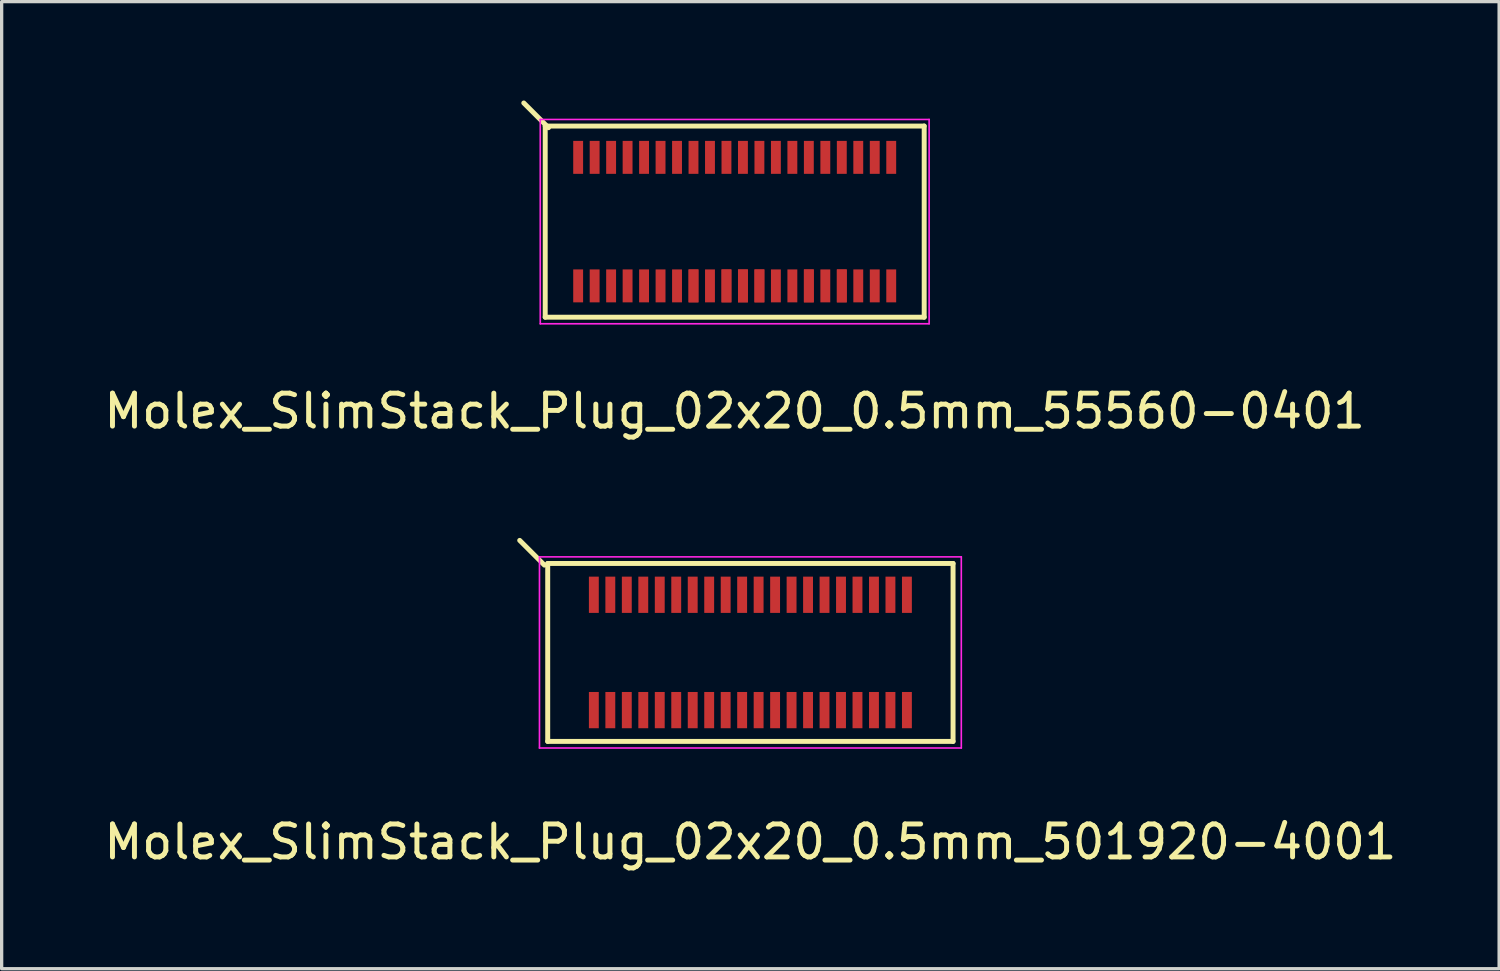
<source format=kicad_pcb>
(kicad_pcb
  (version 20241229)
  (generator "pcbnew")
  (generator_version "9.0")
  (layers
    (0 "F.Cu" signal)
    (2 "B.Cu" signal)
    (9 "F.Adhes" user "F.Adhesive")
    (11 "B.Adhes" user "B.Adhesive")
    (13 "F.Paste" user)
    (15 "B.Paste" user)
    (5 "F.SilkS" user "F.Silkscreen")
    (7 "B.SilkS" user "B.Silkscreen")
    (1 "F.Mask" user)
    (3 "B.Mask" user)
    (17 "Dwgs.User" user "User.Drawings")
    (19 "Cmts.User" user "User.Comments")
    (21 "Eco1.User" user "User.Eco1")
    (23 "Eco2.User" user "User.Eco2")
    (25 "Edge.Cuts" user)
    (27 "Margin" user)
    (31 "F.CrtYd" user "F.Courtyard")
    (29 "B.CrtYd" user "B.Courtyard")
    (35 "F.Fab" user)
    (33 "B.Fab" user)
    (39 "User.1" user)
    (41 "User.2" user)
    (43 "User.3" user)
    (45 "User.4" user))
  (footprint "Molex_SlimStack_Plug_02x20_0.5mm_501920-4001"
    (layer "F.Cu")
    (at 19.72 16.748)
    (property "Reference" "Molex_SlimStack_Plug_02x20_0.5mm_501920-4001" (at 0 5.75 0) (layer "F.SilkS") (effects (font (size 1 1) (thickness 0.15))))
    (attr smd)
    (fp_line (start -6.25 -2.65) (end -7 -3.4) (stroke (width 0.15) (type solid)) (layer "F.SilkS"))
    (fp_line (start -6.15 -2.7) (end -6.15 2.7) (stroke (width 0.15) (type solid)) (layer "F.SilkS"))
    (fp_line (start -6.15 2.7) (end 6.15 2.7) (stroke (width 0.15) (type solid)) (layer "F.SilkS"))
    (fp_line (start 6.15 -2.7) (end -6.15 -2.7) (stroke (width 0.15) (type solid)) (layer "F.SilkS"))
    (fp_line (start 6.15 2.7) (end 6.15 -2.7) (stroke (width 0.15) (type solid)) (layer "F.SilkS"))
    (fp_line (start -6.4 -2.9) (end -6.4 2.9) (stroke (width 0.05) (type solid)) (layer "F.CrtYd"))
    (fp_line (start -6.4 2.9) (end 6.4 2.9) (stroke (width 0.05) (type solid)) (layer "F.CrtYd"))
    (fp_line (start 6.4 -2.9) (end -6.4 -2.9) (stroke (width 0.05) (type solid)) (layer "F.CrtYd"))
    (fp_line (start 6.4 2.9) (end 6.4 -2.9) (stroke (width 0.05) (type solid)) (layer "F.CrtYd"))
    (pad "1" smd rect (at -4.75 -1.75) (size 0.3 1.1) (layers "F.Cu" "F.Mask" "F.Paste"))
    (pad "2" smd rect (at -4.75 1.75) (size 0.3 1.1) (layers "F.Cu" "F.Mask" "F.Paste"))
    (pad "3" smd rect (at -4.25 -1.75) (size 0.3 1.1) (layers "F.Cu" "F.Mask" "F.Paste"))
    (pad "4" smd rect (at -4.25 1.75) (size 0.3 1.1) (layers "F.Cu" "F.Mask" "F.Paste"))
    (pad "5" smd rect (at -3.75 -1.75) (size 0.3 1.1) (layers "F.Cu" "F.Mask" "F.Paste"))
    (pad "6" smd rect (at -3.75 1.75) (size 0.3 1.1) (layers "F.Cu" "F.Mask" "F.Paste"))
    (pad "7" smd rect (at -3.25 -1.75) (size 0.3 1.1) (layers "F.Cu" "F.Mask" "F.Paste"))
    (pad "8" smd rect (at -3.25 1.75) (size 0.3 1.1) (layers "F.Cu" "F.Mask" "F.Paste"))
    (pad "9" smd rect (at -2.75 -1.75) (size 0.3 1.1) (layers "F.Cu" "F.Mask" "F.Paste"))
    (pad "10" smd rect (at -2.75 1.75) (size 0.3 1.1) (layers "F.Cu" "F.Mask" "F.Paste"))
    (pad "11" smd rect (at -2.25 -1.75) (size 0.3 1.1) (layers "F.Cu" "F.Mask" "F.Paste"))
    (pad "12" smd rect (at -2.25 1.75) (size 0.3 1.1) (layers "F.Cu" "F.Mask" "F.Paste"))
    (pad "13" smd rect (at -1.75 -1.75) (size 0.3 1.1) (layers "F.Cu" "F.Mask" "F.Paste"))
    (pad "14" smd rect (at -1.75 1.75) (size 0.3 1.1) (layers "F.Cu" "F.Mask" "F.Paste"))
    (pad "15" smd rect (at -1.25 -1.75) (size 0.3 1.1) (layers "F.Cu" "F.Mask" "F.Paste"))
    (pad "16" smd rect (at -1.25 1.75) (size 0.3 1.1) (layers "F.Cu" "F.Mask" "F.Paste"))
    (pad "17" smd rect (at -0.75 -1.75) (size 0.3 1.1) (layers "F.Cu" "F.Mask" "F.Paste"))
    (pad "18" smd rect (at -0.75 1.75) (size 0.3 1.1) (layers "F.Cu" "F.Mask" "F.Paste"))
    (pad "19" smd rect (at -0.25 -1.75) (size 0.3 1.1) (layers "F.Cu" "F.Mask" "F.Paste"))
    (pad "20" smd rect (at -0.25 1.75) (size 0.3 1.1) (layers "F.Cu" "F.Mask" "F.Paste"))
    (pad "21" smd rect (at 0.25 -1.75) (size 0.3 1.1) (layers "F.Cu" "F.Mask" "F.Paste"))
    (pad "22" smd rect (at 0.25 1.75) (size 0.3 1.1) (layers "F.Cu" "F.Mask" "F.Paste"))
    (pad "23" smd rect (at 0.75 -1.75) (size 0.3 1.1) (layers "F.Cu" "F.Mask" "F.Paste"))
    (pad "24" smd rect (at 0.75 1.75) (size 0.3 1.1) (layers "F.Cu" "F.Mask" "F.Paste"))
    (pad "25" smd rect (at 1.25 -1.75) (size 0.3 1.1) (layers "F.Cu" "F.Mask" "F.Paste"))
    (pad "26" smd rect (at 1.25 1.75) (size 0.3 1.1) (layers "F.Cu" "F.Mask" "F.Paste"))
    (pad "27" smd rect (at 1.75 -1.75) (size 0.3 1.1) (layers "F.Cu" "F.Mask" "F.Paste"))
    (pad "28" smd rect (at 1.75 1.75) (size 0.3 1.1) (layers "F.Cu" "F.Mask" "F.Paste"))
    (pad "29" smd rect (at 2.25 -1.75) (size 0.3 1.1) (layers "F.Cu" "F.Mask" "F.Paste"))
    (pad "30" smd rect (at 2.25 1.75) (size 0.3 1.1) (layers "F.Cu" "F.Mask" "F.Paste"))
    (pad "31" smd rect (at 2.75 -1.75) (size 0.3 1.1) (layers "F.Cu" "F.Mask" "F.Paste"))
    (pad "32" smd rect (at 2.75 1.75) (size 0.3 1.1) (layers "F.Cu" "F.Mask" "F.Paste"))
    (pad "33" smd rect (at 3.25 -1.75) (size 0.3 1.1) (layers "F.Cu" "F.Mask" "F.Paste"))
    (pad "34" smd rect (at 3.25 1.75) (size 0.3 1.1) (layers "F.Cu" "F.Mask" "F.Paste"))
    (pad "35" smd rect (at 3.75 -1.75) (size 0.3 1.1) (layers "F.Cu" "F.Mask" "F.Paste"))
    (pad "36" smd rect (at 3.75 1.75) (size 0.3 1.1) (layers "F.Cu" "F.Mask" "F.Paste"))
    (pad "37" smd rect (at 4.25 -1.75) (size 0.3 1.1) (layers "F.Cu" "F.Mask" "F.Paste"))
    (pad "38" smd rect (at 4.25 1.75) (size 0.3 1.1) (layers "F.Cu" "F.Mask" "F.Paste"))
    (pad "39" smd rect (at 4.75 -1.75) (size 0.3 1.1) (layers "F.Cu" "F.Mask" "F.Paste"))
    (pad "40" smd rect (at 4.75 1.75) (size 0.3 1.1) (layers "F.Cu" "F.Mask" "F.Paste")))
  (footprint "Molex_SlimStack_Plug_02x20_0.5mm_55560-0401"
    (layer "F.Cu")
    (at 19.244 3.675)
    (property "Reference" "Molex_SlimStack_Plug_02x20_0.5mm_55560-0401" (at 0 5.75 0) (layer "F.SilkS") (effects (font (size 1 1) (thickness 0.15))))
    (attr smd)
    (fp_line (start -5.75 -2.9) (end -5.75 2.9) (stroke (width 0.15) (type solid)) (layer "F.SilkS"))
    (fp_line (start -5.75 2.9) (end 5.75 2.9) (stroke (width 0.15) (type solid)) (layer "F.SilkS"))
    (fp_line (start -5.65 -2.85) (end -6.4 -3.6) (stroke (width 0.15) (type solid)) (layer "F.SilkS"))
    (fp_line (start 5.75 -2.9) (end -5.75 -2.9) (stroke (width 0.15) (type solid)) (layer "F.SilkS"))
    (fp_line (start 5.75 2.9) (end 5.75 -2.9) (stroke (width 0.15) (type solid)) (layer "F.SilkS"))
    (fp_line (start -5.9 -3.1) (end -5.9 3.1) (stroke (width 0.05) (type solid)) (layer "F.CrtYd"))
    (fp_line (start -5.9 3.1) (end 5.9 3.1) (stroke (width 0.05) (type solid)) (layer "F.CrtYd"))
    (fp_line (start 5.9 -3.1) (end -5.9 -3.1) (stroke (width 0.05) (type solid)) (layer "F.CrtYd"))
    (fp_line (start 5.9 3.1) (end 5.9 -3.1) (stroke (width 0.05) (type solid)) (layer "F.CrtYd"))
    (pad "1" smd rect (at -4.75 -1.95) (size 0.3 1) (layers "F.Cu" "F.Mask" "F.Paste"))
    (pad "2" smd rect (at -4.75 1.95) (size 0.3 1) (layers "F.Cu" "F.Mask" "F.Paste"))
    (pad "3" smd rect (at -4.25 -1.95) (size 0.3 1) (layers "F.Cu" "F.Mask" "F.Paste"))
    (pad "4" smd rect (at -4.25 1.95) (size 0.3 1) (layers "F.Cu" "F.Mask" "F.Paste"))
    (pad "5" smd rect (at -3.75 -1.95) (size 0.3 1) (layers "F.Cu" "F.Mask" "F.Paste"))
    (pad "6" smd rect (at -3.75 1.95) (size 0.3 1) (layers "F.Cu" "F.Mask" "F.Paste"))
    (pad "7" smd rect (at -3.25 -1.95) (size 0.3 1) (layers "F.Cu" "F.Mask" "F.Paste"))
    (pad "8" smd rect (at -3.25 1.95) (size 0.3 1) (layers "F.Cu" "F.Mask" "F.Paste"))
    (pad "9" smd rect (at -2.75 -1.95) (size 0.3 1) (layers "F.Cu" "F.Mask" "F.Paste"))
    (pad "10" smd rect (at -2.75 1.95) (size 0.3 1) (layers "F.Cu" "F.Mask" "F.Paste"))
    (pad "11" smd rect (at -2.25 -1.95) (size 0.3 1) (layers "F.Cu" "F.Mask" "F.Paste"))
    (pad "12" smd rect (at -2.25 1.95) (size 0.3 1) (layers "F.Cu" "F.Mask" "F.Paste"))
    (pad "13" smd rect (at -1.75 -1.95) (size 0.3 1) (layers "F.Cu" "F.Mask" "F.Paste"))
    (pad "14" smd rect (at -1.75 1.95) (size 0.3 1) (layers "F.Cu" "F.Mask" "F.Paste"))
    (pad "15" smd rect (at -1.25 -1.95) (size 0.3 1) (layers "F.Cu" "F.Mask" "F.Paste"))
    (pad "16" smd rect (at -1.25 1.95) (size 0.3 1) (layers "F.Cu" "F.Mask" "F.Paste"))
    (pad "16" smd rect (at -1.25 1.95) (size 0.3 1) (layers "F.Cu" "F.Mask" "F.Paste"))
    (pad "17" smd rect (at -0.75 -1.95) (size 0.3 1) (layers "F.Cu" "F.Mask" "F.Paste"))
    (pad "18" smd rect (at -0.75 1.95) (size 0.3 1) (layers "F.Cu" "F.Mask" "F.Paste"))
    (pad "19" smd rect (at -0.25 -1.95) (size 0.3 1) (layers "F.Cu" "F.Mask" "F.Paste"))
    (pad "20" smd rect (at -0.25 1.95) (size 0.3 1) (layers "F.Cu" "F.Mask" "F.Paste"))
    (pad "20" smd rect (at -0.25 1.95) (size 0.3 1) (layers "F.Cu" "F.Mask" "F.Paste"))
    (pad "21" smd rect (at 0.25 -1.95) (size 0.3 1) (layers "F.Cu" "F.Mask" "F.Paste"))
    (pad "22" smd rect (at 0.25 1.95) (size 0.3 1) (layers "F.Cu" "F.Mask" "F.Paste"))
    (pad "22" smd rect (at 0.25 1.95) (size 0.3 1) (layers "F.Cu" "F.Mask" "F.Paste"))
    (pad "23" smd rect (at 0.75 -1.95) (size 0.3 1) (layers "F.Cu" "F.Mask" "F.Paste"))
    (pad "24" smd rect (at 0.75 1.95) (size 0.3 1) (layers "F.Cu" "F.Mask" "F.Paste"))
    (pad "24" smd rect (at 0.75 1.95) (size 0.3 1) (layers "F.Cu" "F.Mask" "F.Paste"))
    (pad "25" smd rect (at 1.25 -1.95) (size 0.3 1) (layers "F.Cu" "F.Mask" "F.Paste"))
    (pad "26" smd rect (at 1.25 1.95) (size 0.3 1) (layers "F.Cu" "F.Mask" "F.Paste"))
    (pad "27" smd rect (at 1.75 -1.95) (size 0.3 1) (layers "F.Cu" "F.Mask" "F.Paste"))
    (pad "28" smd rect (at 1.75 1.95) (size 0.3 1) (layers "F.Cu" "F.Mask" "F.Paste"))
    (pad "29" smd rect (at 2.25 -1.95) (size 0.3 1) (layers "F.Cu" "F.Mask" "F.Paste"))
    (pad "30" smd rect (at 2.25 1.95) (size 0.3 1) (layers "F.Cu" "F.Mask" "F.Paste"))
    (pad "30" smd rect (at 2.25 1.95) (size 0.3 1) (layers "F.Cu" "F.Mask" "F.Paste"))
    (pad "31" smd rect (at 2.75 -1.95) (size 0.3 1) (layers "F.Cu" "F.Mask" "F.Paste"))
    (pad "32" smd rect (at 2.75 1.95) (size 0.3 1) (layers "F.Cu" "F.Mask" "F.Paste"))
    (pad "33" smd rect (at 3.25 -1.95) (size 0.3 1) (layers "F.Cu" "F.Mask" "F.Paste"))
    (pad "34" smd rect (at 3.25 1.95) (size 0.3 1) (layers "F.Cu" "F.Mask" "F.Paste"))
    (pad "34" smd rect (at 3.25 1.95) (size 0.3 1) (layers "F.Cu" "F.Mask" "F.Paste"))
    (pad "35" smd rect (at 3.75 -1.95) (size 0.3 1) (layers "F.Cu" "F.Mask" "F.Paste"))
    (pad "36" smd rect (at 3.75 1.95) (size 0.3 1) (layers "F.Cu" "F.Mask" "F.Paste"))
    (pad "37" smd rect (at 4.25 -1.95) (size 0.3 1) (layers "F.Cu" "F.Mask" "F.Paste"))
    (pad "38" smd rect (at 4.25 1.95) (size 0.3 1) (layers "F.Cu" "F.Mask" "F.Paste"))
    (pad "39" smd rect (at 4.75 -1.95) (size 0.3 1) (layers "F.Cu" "F.Mask" "F.Paste"))
    (pad "40" smd rect (at 4.75 1.95) (size 0.3 1) (layers "F.Cu" "F.Mask" "F.Paste")))
  (gr_rect
    (start -3 -3)
    (end 42.44 26.346)
    (stroke (width 0.1) (type default))
    (fill no)
    (layer "Edge.Cuts")))
</source>
